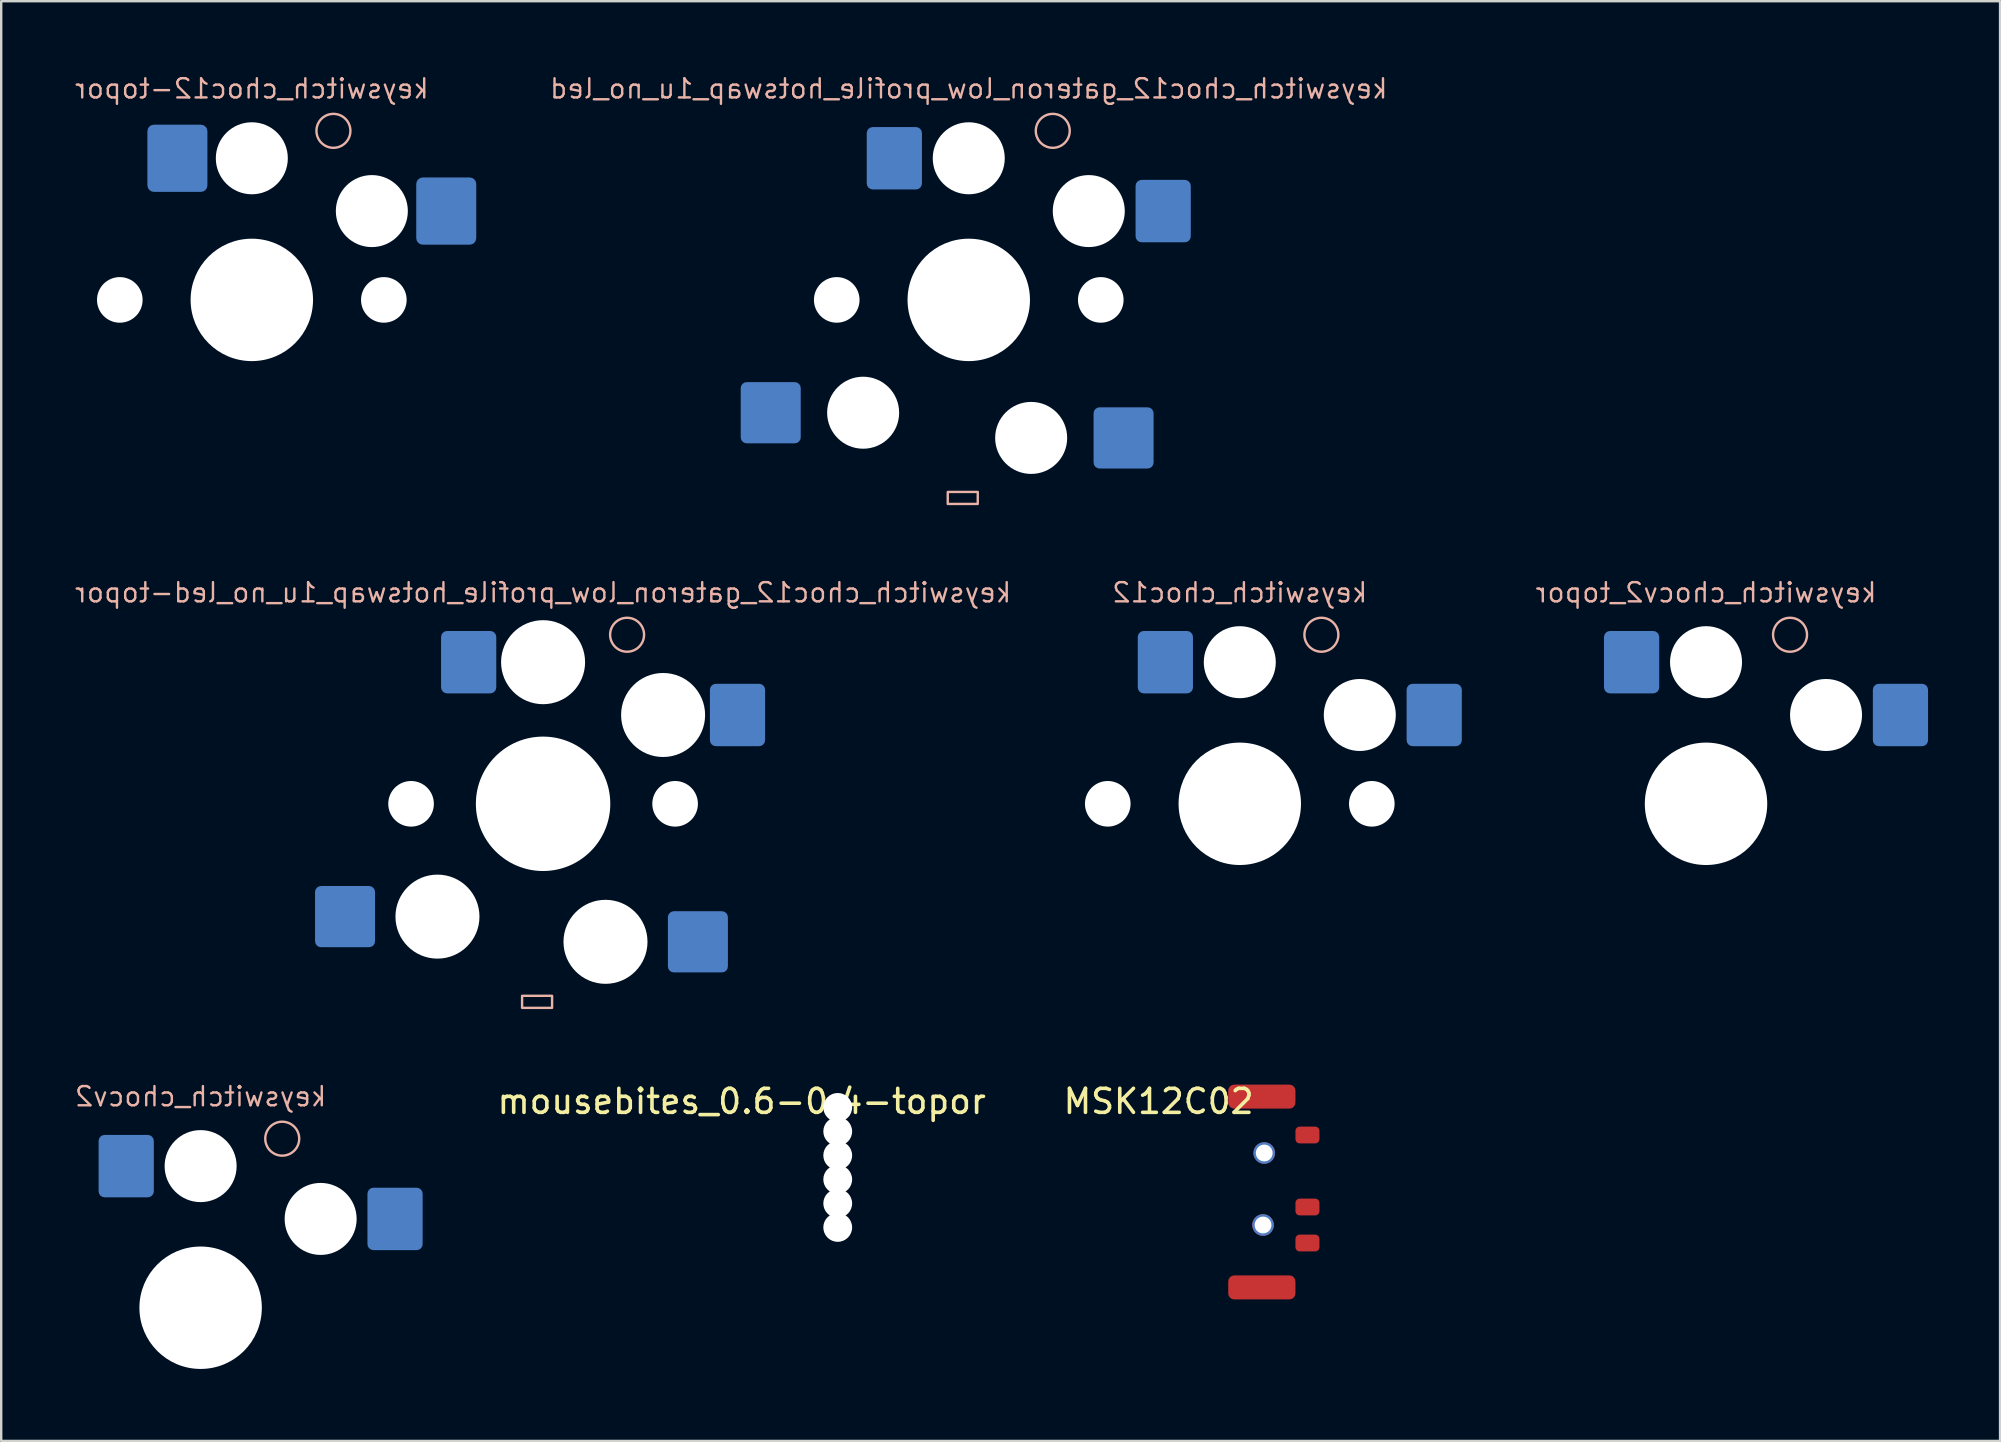
<source format=kicad_pcb>
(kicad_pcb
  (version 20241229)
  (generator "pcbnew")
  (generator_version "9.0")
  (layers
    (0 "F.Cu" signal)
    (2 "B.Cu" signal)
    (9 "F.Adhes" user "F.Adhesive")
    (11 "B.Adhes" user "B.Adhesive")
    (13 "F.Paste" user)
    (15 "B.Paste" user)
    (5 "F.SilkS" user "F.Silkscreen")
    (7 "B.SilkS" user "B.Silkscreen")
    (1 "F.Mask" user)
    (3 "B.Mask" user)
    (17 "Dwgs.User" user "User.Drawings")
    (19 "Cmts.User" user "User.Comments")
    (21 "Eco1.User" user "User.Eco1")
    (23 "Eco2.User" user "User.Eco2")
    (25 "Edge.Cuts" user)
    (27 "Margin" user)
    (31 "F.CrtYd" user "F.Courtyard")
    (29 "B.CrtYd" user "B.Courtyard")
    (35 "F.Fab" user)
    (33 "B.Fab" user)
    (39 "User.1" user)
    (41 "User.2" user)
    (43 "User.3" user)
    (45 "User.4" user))
  (footprint "keyswitch_choc12-topor"
    (layer "F.Cu")
    (at 7.441 9.444)
    (property "Reference" "keyswitch_choc12-topor" (at 0 -8.8 180) (layer "B.SilkS") (effects (font (size 0.8 0.8) (thickness 0.1) (bold yes)) (justify mirror)))
    (attr smd board_only)
    (fp_circle (center 3.4 -7.043) (end 3.9 -6.543) (stroke (width 0.1) (type default)) (fill no) (layer "B.SilkS"))
    (pad "" np_thru_hole circle (at -5.5 0 90) (size 1.9 1.9) (drill 2.4) (layers "*.Cu" "*.Mask"))
    (pad "" np_thru_hole circle (at 0 -5.9 90) (size 3 3) (drill 3.5) (layers "*.Cu" "*.Mask"))
    (pad "" np_thru_hole circle (at 0 0 90) (size 5.1 5.1) (drill 5.6) (layers "*.Cu" "*.Mask"))
    (pad "" np_thru_hole circle (at 5 -3.7 90) (size 3 3) (drill 3.5) (layers "*.Cu" "*.Mask"))
    (pad "" np_thru_hole circle (at 5.5 0 90) (size 1.9 1.9) (drill 2.4) (layers "*.Cu" "*.Mask"))
    (pad "1" smd roundrect (at 8.1 -3.7 180) (size 2.5 2.8) (layers "B.Cu" "B.Mask" "B.Paste") (roundrect_rratio 0.109))
    (pad "2" smd roundrect (at -3.1 -5.9 180) (size 2.5 2.8) (layers "B.Cu" "B.Mask" "B.Paste") (roundrect_rratio 0.109)))
  (footprint "MSK12C02"
    (layer "F.Cu")
    (at 48.219 42.735)
    (property "Reference" "MSK12C02" (at -3 0.1 0) (layer "F.SilkS") (effects (font (size 1 1) (thickness 0.15))))
    (attr through_hole board_only)
    (pad "" np_thru_hole circle (at 1.35 5.25) (size 0.9 0.9) (drill 0.7) (layers "*.Cu" "*.Mask"))
    (pad "" np_thru_hole circle (at 1.4 2.25) (size 0.9 0.9) (drill 0.7) (layers "*.Cu" "*.Mask"))
    (pad "1" smd roundrect (at 3.2 1.5 90) (size 0.7 1) (layers "F.Cu" "F.Mask" "F.Paste") (roundrect_rratio 0.25))
    (pad "2" smd roundrect (at 3.2 4.5 90) (size 0.7 1) (layers "F.Cu" "F.Mask" "F.Paste") (roundrect_rratio 0.25))
    (pad "3" smd roundrect (at 3.2 6 90) (size 0.7 1) (layers "F.Cu" "F.Mask" "F.Paste") (roundrect_rratio 0.25))
    (pad "NC" smd roundrect (at 1.3 -0.1) (size 2.8 1) (layers "F.Cu" "F.Mask" "F.Paste") (roundrect_rratio 0.25))
    (pad "NC" smd roundrect (at 1.3 7.85) (size 2.8 1) (layers "F.Cu" "F.Mask" "F.Paste") (roundrect_rratio 0.25)))
  (footprint "mousebites_0.6-0.4-topor"
    (layer "F.Cu")
    (at 31.85 45.585)
    (property "Reference" "mousebites_0.6-0.4-topor" (at -4 -2.75 0) (layer "F.SilkS") (effects (font (size 1 1) (thickness 0.15))))
    (attr board_only exclude_from_pos_files exclude_from_bom)
    (pad "" np_thru_hole circle (at 0 -2.5) (size 1.2 1.2) (drill 1.2) (layers "*.Cu" "*.Mask"))
    (pad "" np_thru_hole circle (at 0 -1.5) (size 1.2 1.2) (drill 1.2) (layers "*.Cu" "*.Mask"))
    (pad "" np_thru_hole circle (at 0 -0.5) (size 1.2 1.2) (drill 1.2) (layers "*.Cu" "*.Mask"))
    (pad "" np_thru_hole circle (at 0 0.5) (size 1.2 1.2) (drill 1.2) (layers "*.Cu" "*.Mask"))
    (pad "" np_thru_hole circle (at 0 1.5) (size 1.2 1.2) (drill 1.2) (layers "*.Cu" "*.Mask"))
    (pad "" np_thru_hole circle (at 0 2.5) (size 1.2 1.2) (drill 1.2) (layers "*.Cu" "*.Mask")))
  (footprint "keyswitch_choc12_gateron_low_profile_hotswap_1u_no_led-topor"
    (layer "F.Cu")
    (at 19.575 30.437)
    (property "Reference" "keyswitch_choc12_gateron_low_profile_hotswap_1u_no_led-topor" (at 0 -8.8 180) (layer "B.SilkS") (effects (font (size 0.8 0.8) (thickness 0.1) (bold yes)) (justify mirror)))
    (attr smd board_only)
    (fp_rect (start -0.875 8) (end 0.375 8.5) (stroke (width 0.1) (type default)) (fill no) (layer "B.SilkS"))
    (fp_circle (center 3.5 -7.043) (end 4 -6.543) (stroke (width 0.1) (type default)) (fill no) (layer "B.SilkS"))
    (pad "" np_thru_hole circle (at -5.5 0 90) (size 1.9 1.9) (drill 2.4) (layers "*.Cu" "*.Mask"))
    (pad "" np_thru_hole circle (at -4.4 4.7 90) (size 3.5 3.5) (drill 3.5) (layers "*.Cu" "*.Mask"))
    (pad "" np_thru_hole circle (at 0 -5.9 90) (size 3.5 3.5) (drill 3.5) (layers "*.Cu" "*.Mask"))
    (pad "" np_thru_hole circle (at 0 0 90) (size 5.6 5.6) (drill 5.6) (layers "*.Cu" "*.Mask"))
    (pad "" np_thru_hole circle (at 2.6 5.75 90) (size 3.5 3.5) (drill 3.5) (layers "*.Cu" "*.Mask"))
    (pad "" np_thru_hole circle (at 5 -3.7 90) (size 3.5 3.5) (drill 3.5) (layers "*.Cu" "*.Mask"))
    (pad "" np_thru_hole circle (at 5.5 0 90) (size 1.9 1.9) (drill 2.4) (layers "*.Cu" "*.Mask"))
    (pad "1" smd roundrect (at 6.45 5.75) (size 2.5 2.55) (layers "B.Cu" "B.Mask" "B.Paste") (roundrect_rratio 0.1))
    (pad "1" smd roundrect (at 8.1 -3.7 180) (size 2.3 2.6) (layers "B.Cu" "B.Mask" "B.Paste") (roundrect_rratio 0.109))
    (pad "2" smd roundrect (at -8.25 4.7) (size 2.5 2.55) (layers "B.Cu" "B.Mask" "B.Paste") (roundrect_rratio 0.1))
    (pad "2" smd roundrect (at -3.1 -5.9 180) (size 2.3 2.6) (layers "B.Cu" "B.Mask" "B.Paste") (roundrect_rratio 0.109)))
  (footprint "keyswitch_choc12_gateron_low_profile_hotswap_1u_no_led"
    (layer "F.Cu")
    (at 37.309 9.444)
    (property "Reference" "keyswitch_choc12_gateron_low_profile_hotswap_1u_no_led" (at 0 -8.8 180) (layer "B.SilkS") (effects (font (size 0.8 0.8) (thickness 0.1) (bold yes)) (justify mirror)))
    (attr smd board_only)
    (fp_rect (start -0.875 8) (end 0.375 8.5) (stroke (width 0.1) (type default)) (fill no) (layer "B.SilkS"))
    (fp_circle (center 3.5 -7.043) (end 4 -6.543) (stroke (width 0.1) (type default)) (fill no) (layer "B.SilkS"))
    (pad "" np_thru_hole circle (at -5.5 0 90) (size 1.9 1.9) (drill 1.9) (layers "*.Cu" "*.Mask"))
    (pad "" np_thru_hole circle (at -4.4 4.7 90) (size 3 3) (drill 3) (layers "*.Cu" "*.Mask"))
    (pad "" np_thru_hole circle (at 0 -5.9 90) (size 3 3) (drill 3) (layers "*.Cu" "*.Mask"))
    (pad "" np_thru_hole circle (at 0 0 90) (size 5.1 5.1) (drill 5.1) (layers "*.Cu" "*.Mask"))
    (pad "" np_thru_hole circle (at 2.6 5.75 90) (size 3 3) (drill 3) (layers "*.Cu" "*.Mask"))
    (pad "" np_thru_hole circle (at 5 -3.7 90) (size 3 3) (drill 3) (layers "*.Cu" "*.Mask"))
    (pad "" np_thru_hole circle (at 5.5 0 90) (size 1.9 1.9) (drill 1.9) (layers "*.Cu" "*.Mask"))
    (pad "1" smd roundrect (at 6.45 5.75) (size 2.5 2.55) (layers "B.Cu" "B.Mask" "B.Paste") (roundrect_rratio 0.1))
    (pad "1" smd roundrect (at 8.1 -3.7 180) (size 2.3 2.6) (layers "B.Cu" "B.Mask" "B.Paste") (roundrect_rratio 0.109))
    (pad "2" smd roundrect (at -8.25 4.7) (size 2.5 2.55) (layers "B.Cu" "B.Mask" "B.Paste") (roundrect_rratio 0.1))
    (pad "2" smd roundrect (at -3.1 -5.9 180) (size 2.3 2.6) (layers "B.Cu" "B.Mask" "B.Paste") (roundrect_rratio 0.109)))
  (footprint "keyswitch_chocv2"
    (layer "F.Cu")
    (at 5.308 51.431)
    (property "Reference" "keyswitch_chocv2" (at 0 -8.8 180) (layer "B.SilkS") (effects (font (size 0.8 0.8) (thickness 0.1) (bold yes)) (justify mirror)))
    (attr smd board_only)
    (fp_circle (center 3.4 -7.043) (end 3.9 -6.543) (stroke (width 0.1) (type default)) (fill no) (layer "B.SilkS"))
    (pad "" np_thru_hole circle (at 0 -5.9 90) (size 3 3) (drill 3) (layers "*.Cu" "*.Mask"))
    (pad "" np_thru_hole circle (at 0 0 90) (size 5.1 5.1) (drill 5.1) (layers "*.Cu" "*.Mask"))
    (pad "" np_thru_hole circle (at 5 -3.7 90) (size 3 3) (drill 3) (layers "*.Cu" "*.Mask"))
    (pad "1" smd roundrect (at 8.1 -3.7 180) (size 2.3 2.6) (layers "B.Cu" "B.Mask" "B.Paste") (roundrect_rratio 0.109))
    (pad "2" smd roundrect (at -3.1 -5.9 180) (size 2.3 2.6) (layers "B.Cu" "B.Mask" "B.Paste") (roundrect_rratio 0.109)))
  (footprint "keyswitch_chocv2_topor"
    (layer "F.Cu")
    (at 68.024 30.437)
    (property "Reference" "keyswitch_chocv2_topor" (at 0 -8.8 180) (layer "B.SilkS") (effects (font (size 0.8 0.8) (thickness 0.1) (bold yes)) (justify mirror)))
    (attr smd board_only)
    (fp_circle (center 3.5 -7.043) (end 4 -6.543) (stroke (width 0.1) (type default)) (fill no) (layer "B.SilkS"))
    (pad "" np_thru_hole circle (at 0 -5.9 90) (size 3 3) (drill 3.5) (layers "*.Cu" "*.Mask"))
    (pad "" np_thru_hole circle (at 0 0 90) (size 5.1 5.1) (drill 5.6) (layers "*.Cu" "*.Mask"))
    (pad "" np_thru_hole circle (at 5 -3.7 90) (size 3 3) (drill 3.5) (layers "*.Cu" "*.Mask"))
    (pad "1" smd roundrect (at 8.1 -3.7 180) (size 2.3 2.6) (layers "B.Cu" "B.Mask" "B.Paste") (roundrect_rratio 0.109))
    (pad "2" smd roundrect (at -3.1 -5.9 180) (size 2.3 2.6) (layers "B.Cu" "B.Mask" "B.Paste") (roundrect_rratio 0.109)))
  (footprint "keyswitch_choc12"
    (layer "F.Cu")
    (at 48.6 30.437)
    (property "Reference" "keyswitch_choc12" (at 0 -8.8 180) (layer "B.SilkS") (effects (font (size 0.8 0.8) (thickness 0.1) (bold yes)) (justify mirror)))
    (attr smd board_only)
    (fp_circle (center 3.4 -7.043) (end 3.9 -6.543) (stroke (width 0.1) (type default)) (fill no) (layer "B.SilkS"))
    (pad "" np_thru_hole circle (at -5.5 0 90) (size 1.9 1.9) (drill 1.9) (layers "*.Cu" "*.Mask"))
    (pad "" np_thru_hole circle (at 0 -5.9 90) (size 3 3) (drill 3) (layers "*.Cu" "*.Mask"))
    (pad "" np_thru_hole circle (at 0 0 90) (size 5.1 5.1) (drill 5.1) (layers "*.Cu" "*.Mask"))
    (pad "" np_thru_hole circle (at 5 -3.7 90) (size 3 3) (drill 3) (layers "*.Cu" "*.Mask"))
    (pad "" np_thru_hole circle (at 5.5 0 90) (size 1.9 1.9) (drill 1.9) (layers "*.Cu" "*.Mask"))
    (pad "1" smd roundrect (at 8.1 -3.7 180) (size 2.3 2.6) (layers "B.Cu" "B.Mask" "B.Paste") (roundrect_rratio 0.109))
    (pad "2" smd roundrect (at -3.1 -5.9 180) (size 2.3 2.6) (layers "B.Cu" "B.Mask" "B.Paste") (roundrect_rratio 0.109)))
  (gr_rect
    (start -3 -3)
    (end 80.274 56.98)
    (stroke (width 0.1) (type default))
    (fill no)
    (layer "Edge.Cuts")))
</source>
